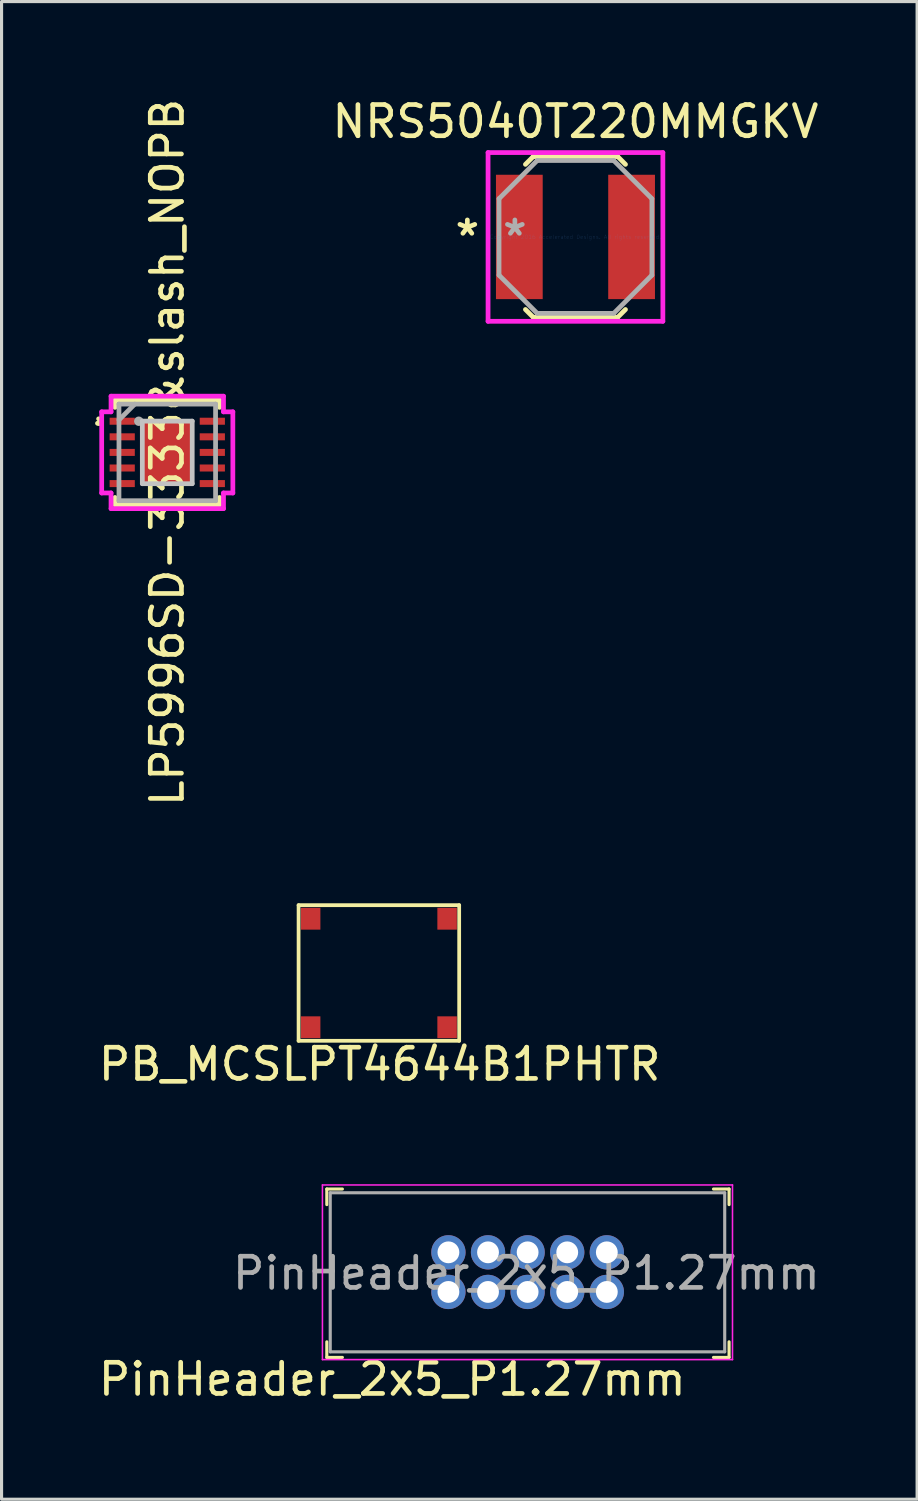
<source format=kicad_pcb>
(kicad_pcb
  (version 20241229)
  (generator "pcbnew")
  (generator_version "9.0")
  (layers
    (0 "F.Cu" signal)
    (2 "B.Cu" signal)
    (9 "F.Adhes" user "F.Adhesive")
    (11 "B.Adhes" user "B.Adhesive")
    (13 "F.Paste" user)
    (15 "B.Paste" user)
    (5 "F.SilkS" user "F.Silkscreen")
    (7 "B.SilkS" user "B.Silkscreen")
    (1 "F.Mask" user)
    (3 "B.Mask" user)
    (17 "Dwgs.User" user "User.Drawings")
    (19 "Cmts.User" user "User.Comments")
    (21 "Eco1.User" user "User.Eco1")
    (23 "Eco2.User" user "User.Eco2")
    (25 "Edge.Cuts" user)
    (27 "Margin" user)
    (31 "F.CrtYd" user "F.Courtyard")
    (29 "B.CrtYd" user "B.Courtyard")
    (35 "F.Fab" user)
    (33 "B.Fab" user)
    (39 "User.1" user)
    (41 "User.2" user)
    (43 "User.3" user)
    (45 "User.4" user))
  (footprint "LP5996SD-3333&slash_NOPB"
    (layer "F.Cu")
    (at 2.314 11.458)
    (property "Reference" "LP5996SD-3333&slash_NOPB" (at 0 0 90) (layer "F.SilkS") (effects (font (size 1 1) (thickness 0.15))))
    (attr through_hole)
    (fp_line (start -1.676 -1.676) (end -1.676 -1.445) (stroke (width 0.152) (type solid)) (layer "F.SilkS"))
    (fp_line (start -1.676 1.445) (end -1.676 1.676) (stroke (width 0.152) (type solid)) (layer "F.SilkS"))
    (fp_line (start -1.676 1.676) (end 1.676 1.676) (stroke (width 0.152) (type solid)) (layer "F.SilkS"))
    (fp_line (start 1.676 -1.676) (end -1.676 -1.676) (stroke (width 0.152) (type solid)) (layer "F.SilkS"))
    (fp_line (start 1.676 -1.445) (end 1.676 -1.676) (stroke (width 0.152) (type solid)) (layer "F.SilkS"))
    (fp_line (start 1.676 1.676) (end 1.676 1.445) (stroke (width 0.152) (type solid)) (layer "F.SilkS"))
    (fp_arc (start -2.200999 -1.0762) (mid -2.12717 -0.98114) (end -2.237545 -0.933136) (stroke (width 0.1524) (type solid)) (layer "F.SilkS"))
    (fp_line (start -0.8 -1.003) (end -0.8 1.003) (stroke (width 0.152) (type solid)) (layer "Dwgs.User"))
    (fp_line (start -0.8 1.003) (end 0.8 1.003) (stroke (width 0.152) (type solid)) (layer "Dwgs.User"))
    (fp_line (start 0.8 -1.003) (end -0.8 -1.003) (stroke (width 0.152) (type solid)) (layer "Dwgs.User"))
    (fp_line (start 0.8 1.003) (end 0.8 -1.003) (stroke (width 0.152) (type solid)) (layer "Dwgs.User"))
    (fp_line (start -2.103 -1.301) (end -1.803 -1.301) (stroke (width 0.152) (type solid)) (layer "F.CrtYd"))
    (fp_line (start -2.103 1.301) (end -2.103 -1.301) (stroke (width 0.152) (type solid)) (layer "F.CrtYd"))
    (fp_line (start -1.803 -1.803) (end 1.803 -1.803) (stroke (width 0.152) (type solid)) (layer "F.CrtYd"))
    (fp_line (start -1.803 -1.301) (end -1.803 -1.803) (stroke (width 0.152) (type solid)) (layer "F.CrtYd"))
    (fp_line (start -1.803 1.301) (end -2.103 1.301) (stroke (width 0.152) (type solid)) (layer "F.CrtYd"))
    (fp_line (start -1.803 1.803) (end -1.803 1.301) (stroke (width 0.152) (type solid)) (layer "F.CrtYd"))
    (fp_line (start 1.803 -1.803) (end 1.803 -1.301) (stroke (width 0.152) (type solid)) (layer "F.CrtYd"))
    (fp_line (start 1.803 -1.301) (end 2.103 -1.301) (stroke (width 0.152) (type solid)) (layer "F.CrtYd"))
    (fp_line (start 1.803 1.301) (end 1.803 1.803) (stroke (width 0.152) (type solid)) (layer "F.CrtYd"))
    (fp_line (start 1.803 1.803) (end -1.803 1.803) (stroke (width 0.152) (type solid)) (layer "F.CrtYd"))
    (fp_line (start 2.103 -1.301) (end 2.103 1.301) (stroke (width 0.152) (type solid)) (layer "F.CrtYd"))
    (fp_line (start 2.103 1.301) (end 1.803 1.301) (stroke (width 0.152) (type solid)) (layer "F.CrtYd"))
    (fp_line (start -1.549 -1.549) (end -1.549 1.549) (stroke (width 0.152) (type solid)) (layer "F.Fab"))
    (fp_line (start -1.549 1.549) (end 1.549 1.549) (stroke (width 0.152) (type solid)) (layer "F.Fab"))
    (fp_line (start -1.041 -1.549) (end -1.549 -1.041) (stroke (width 0.152) (type solid)) (layer "F.Fab"))
    (fp_line (start 1.549 -1.549) (end -1.549 -1.549) (stroke (width 0.152) (type solid)) (layer "F.Fab"))
    (fp_line (start 1.549 1.549) (end 1.549 -1.549) (stroke (width 0.152) (type solid)) (layer "F.Fab"))
    (fp_circle (center -0.914 -1) (end -0.838 -1) (stroke (width 0.152) (type solid)) (fill no) (layer "F.Fab"))
    (pad "1" smd rect (at -1.445 -1) (size 0.808 0.225) (layers "F.Cu" "F.Mask" "F.Paste"))
    (pad "2" smd rect (at -1.445 -0.5) (size 0.808 0.225) (layers "F.Cu" "F.Mask" "F.Paste"))
    (pad "3" smd rect (at -1.445 0) (size 0.808 0.225) (layers "F.Cu" "F.Mask" "F.Paste"))
    (pad "4" smd rect (at -1.445 0.5) (size 0.808 0.225) (layers "F.Cu" "F.Mask" "F.Paste"))
    (pad "5" smd rect (at -1.445 1) (size 0.808 0.225) (layers "F.Cu" "F.Mask" "F.Paste"))
    (pad "6" smd rect (at 1.445 1) (size 0.808 0.225) (layers "F.Cu" "F.Mask" "F.Paste"))
    (pad "7" smd rect (at 1.445 0.5) (size 0.808 0.225) (layers "F.Cu" "F.Mask" "F.Paste"))
    (pad "8" smd rect (at 1.445 0) (size 0.808 0.225) (layers "F.Cu" "F.Mask" "F.Paste"))
    (pad "9" smd rect (at 1.445 -0.5) (size 0.808 0.225) (layers "F.Cu" "F.Mask" "F.Paste"))
    (pad "10" smd rect (at 1.445 -1) (size 0.808 0.225) (layers "F.Cu" "F.Mask" "F.Paste"))
    (pad "11" smd rect (at 0 0) (size 1.6 2.007) (layers "F.Cu" "F.Mask" "F.Paste")))
  (footprint "PB_MCSLPT4644B1PHTR"
    (layer "F.Cu")
    (at 9.1 28.152)
    (property "Reference" "PB_MCSLPT4644B1PHTR" (at 0.025 2.925 0) (layer "F.SilkS") (effects (font (size 1 1) (thickness 0.15))))
    (attr through_hole)
    (fp_line (start -2.575 -2.175) (end 2.575 -2.175) (stroke (width 0.12) (type solid)) (layer "F.SilkS"))
    (fp_line (start -2.575 2.175) (end -2.575 -2.175) (stroke (width 0.12) (type solid)) (layer "F.SilkS"))
    (fp_line (start -2.575 2.175) (end 2.575 2.175) (stroke (width 0.12) (type solid)) (layer "F.SilkS"))
    (fp_line (start 2.575 -2.175) (end 2.575 2.175) (stroke (width 0.12) (type solid)) (layer "F.SilkS"))
    (pad "1" smd rect (at -2.188 -1.74) (size 0.625 0.7) (layers "F.Cu" "F.Mask" "F.Paste"))
    (pad "2" smd rect (at 2.188 -1.74) (size 0.625 0.7) (layers "F.Cu" "F.Mask" "F.Paste"))
    (pad "3" smd rect (at -2.188 1.74) (size 0.625 0.7) (layers "F.Cu" "F.Mask" "F.Paste"))
    (pad "4" smd rect (at 2.188 1.74) (size 0.625 0.7) (layers "F.Cu" "F.Mask" "F.Paste")))
  (footprint "PinHeader_2x5_P1.27mm"
    (layer "F.Cu")
    (at 11.33 38.38)
    (property "Reference" "PinHeader_2x5_P1.27mm" (at -1.8 2.8 180) (layer "F.SilkS") (effects (font (size 1 1) (thickness 0.15))))
    (attr through_hole)
    (fp_line (start -3.9 -3.3) (end -3.9 -2.8) (stroke (width 0.1) (type solid)) (layer "F.SilkS"))
    (fp_line (start -3.9 -3.3) (end -3.4 -3.3) (stroke (width 0.1) (type solid)) (layer "F.SilkS"))
    (fp_line (start -3.9 2.1) (end -3.9 1.6) (stroke (width 0.1) (type solid)) (layer "F.SilkS"))
    (fp_line (start -3.9 2.1) (end -3.4 2.1) (stroke (width 0.1) (type solid)) (layer "F.SilkS"))
    (fp_line (start 9 -3.3) (end 8.5 -3.3) (stroke (width 0.1) (type solid)) (layer "F.SilkS"))
    (fp_line (start 9 -3.3) (end 9 -2.8) (stroke (width 0.1) (type solid)) (layer "F.SilkS"))
    (fp_line (start 9 2.1) (end 8.5 2.1) (stroke (width 0.1) (type solid)) (layer "F.SilkS"))
    (fp_line (start 9 2.1) (end 9 1.6) (stroke (width 0.1) (type solid)) (layer "F.SilkS"))
    (fp_line (start -4.04 -3.43) (end -4.04 2.17) (stroke (width 0.05) (type solid)) (layer "F.CrtYd"))
    (fp_line (start -4.04 -3.43) (end 9.11 -3.43) (stroke (width 0.05) (type solid)) (layer "F.CrtYd"))
    (fp_line (start -4.04 2.17) (end 9.11 2.17) (stroke (width 0.05) (type solid)) (layer "F.CrtYd"))
    (fp_line (start 9.11 -3.43) (end 9.11 2.17) (stroke (width 0.05) (type solid)) (layer "F.CrtYd"))
    (fp_line (start -3.79 -3.18) (end -3.79 1.92) (stroke (width 0.1) (type solid)) (layer "F.Fab"))
    (fp_line (start -3.79 -3.18) (end 8.86 -3.18) (stroke (width 0.1) (type solid)) (layer "F.Fab"))
    (fp_line (start -3.79 1.92) (end 8.86 1.92) (stroke (width 0.1) (type solid)) (layer "F.Fab"))
    (fp_line (start 8.86 -3.18) (end 8.86 1.92) (stroke (width 0.1) (type solid)) (layer "F.Fab"))
    (fp_text user "${REFERENCE}" (at 2.5 -0.6 0) (layer "F.Fab") (effects (font (size 1 1) (thickness 0.15))))
    (pad "1" thru_hole circle (at 0 0) (size 1.1 1.1) (drill 0.7) (layers "*.Cu" "*.Mask"))
    (pad "2" thru_hole circle (at 0 -1.27) (size 1.1 1.1) (drill 0.7) (layers "*.Cu" "*.Mask"))
    (pad "3" thru_hole circle (at 1.27 0) (size 1.1 1.1) (drill 0.7) (layers "*.Cu" "*.Mask"))
    (pad "4" thru_hole circle (at 1.27 -1.27) (size 1.1 1.1) (drill 0.7) (layers "*.Cu" "*.Mask"))
    (pad "5" thru_hole circle (at 2.54 0) (size 1.1 1.1) (drill 0.7) (layers "*.Cu" "*.Mask"))
    (pad "6" thru_hole circle (at 2.54 -1.27) (size 1.1 1.1) (drill 0.7) (layers "*.Cu" "*.Mask"))
    (pad "7" thru_hole circle (at 3.81 0) (size 1.1 1.1) (drill 0.7) (layers "*.Cu" "*.Mask"))
    (pad "8" thru_hole circle (at 3.81 -1.27) (size 1.1 1.1) (drill 0.7) (layers "*.Cu" "*.Mask"))
    (pad "9" thru_hole circle (at 5.08 0) (size 1.1 1.1) (drill 0.7) (layers "*.Cu" "*.Mask"))
    (pad "10" thru_hole circle (at 5.08 -1.27) (size 1.1 1.1) (drill 0.7) (layers "*.Cu" "*.Mask")))
  (footprint "NRS5040T220MMGKV"
    (layer "F.Cu")
    (at 15.404 4.548)
    (property "Reference" "NRS5040T220MMGKV" (at 0 -3.7 0) (layer "F.SilkS") (effects (font (size 1 1) (thickness 0.15))))
    (attr through_hole)
    (fp_line (start -1.604 2.327) (end -1.353 2.578) (stroke (width 0.152) (type solid)) (layer "F.SilkS"))
    (fp_line (start -1.353 -2.578) (end -1.604 -2.327) (stroke (width 0.152) (type solid)) (layer "F.SilkS"))
    (fp_line (start -1.353 2.578) (end 1.353 2.578) (stroke (width 0.152) (type solid)) (layer "F.SilkS"))
    (fp_line (start 1.353 -2.578) (end -1.353 -2.578) (stroke (width 0.152) (type solid)) (layer "F.SilkS"))
    (fp_line (start 1.353 2.578) (end 1.604 2.327) (stroke (width 0.152) (type solid)) (layer "F.SilkS"))
    (fp_line (start 1.604 -2.327) (end 1.353 -2.578) (stroke (width 0.152) (type solid)) (layer "F.SilkS"))
    (fp_line (start -2.803 -2.705) (end 2.803 -2.705) (stroke (width 0.152) (type solid)) (layer "F.CrtYd"))
    (fp_line (start -2.803 2.705) (end -2.803 -2.705) (stroke (width 0.152) (type solid)) (layer "F.CrtYd"))
    (fp_line (start 2.803 -2.705) (end 2.803 2.705) (stroke (width 0.152) (type solid)) (layer "F.CrtYd"))
    (fp_line (start 2.803 2.705) (end -2.803 2.705) (stroke (width 0.152) (type solid)) (layer "F.CrtYd"))
    (fp_line (start -2.451 -1.226) (end -2.451 1.226) (stroke (width 0.152) (type solid)) (layer "F.Fab"))
    (fp_line (start -2.451 1.226) (end -1.226 2.451) (stroke (width 0.152) (type solid)) (layer "F.Fab"))
    (fp_line (start -1.226 -2.451) (end -2.451 -1.226) (stroke (width 0.152) (type solid)) (layer "F.Fab"))
    (fp_line (start -1.226 2.451) (end 1.226 2.451) (stroke (width 0.152) (type solid)) (layer "F.Fab"))
    (fp_line (start 1.226 -2.451) (end -1.226 -2.451) (stroke (width 0.152) (type solid)) (layer "F.Fab"))
    (fp_line (start 1.226 2.451) (end 2.451 1.226) (stroke (width 0.152) (type solid)) (layer "F.Fab"))
    (fp_line (start 2.451 -1.226) (end 1.226 -2.451) (stroke (width 0.152) (type solid)) (layer "F.Fab"))
    (fp_line (start 2.451 1.226) (end 2.451 -1.226) (stroke (width 0.152) (type solid)) (layer "F.Fab"))
    (fp_text user "*" (at -3.467 0 0) (layer "F.SilkS") (effects (font (size 1 1) (thickness 0.15))))
    (fp_text user "Copyright 2016 Accelerated Designs. All rights reserved." (at 0 0 0) (layer "Cmts.User") (effects (font (size 0.127 0.127) (thickness 0.002))))
    (fp_text user "*" (at -1.943 0 0) (layer "F.Fab") (effects (font (size 1 1) (thickness 0.15))))
    (pad "1" smd rect (at -1.8 0) (size 1.499 3.988) (layers "F.Cu" "F.Mask" "F.Paste"))
    (pad "2" smd rect (at 1.8 0) (size 1.499 3.988) (layers "F.Cu" "F.Mask" "F.Paste")))
  (gr_rect
    (start -3 -3)
    (end 26.36 45.028)
    (stroke (width 0.1) (type default))
    (fill no)
    (layer "Edge.Cuts")))
</source>
